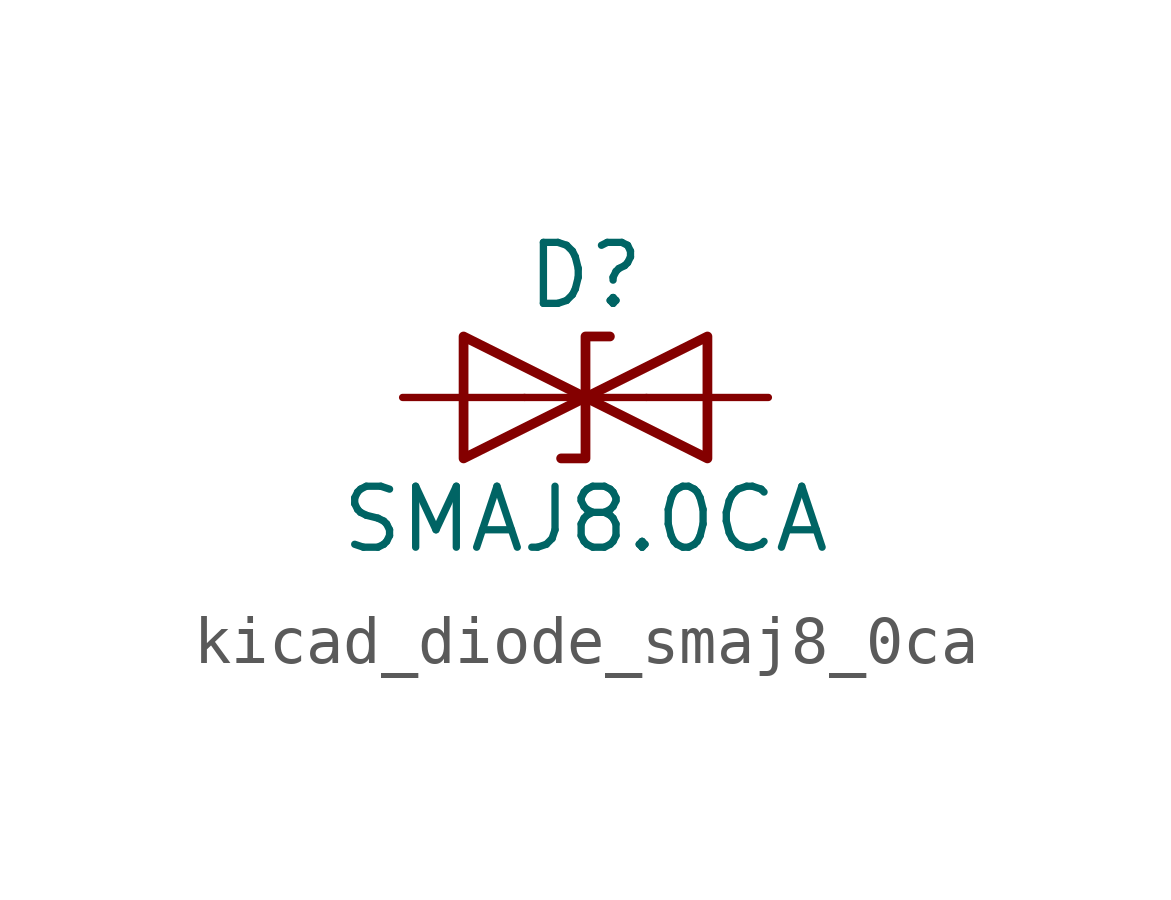
<source format=kicad_sym>
(kicad_symbol_lib
  (version 20220914)
  (generator kicad_symbol_editor)
  (symbol "kicad_diode_smaj8_0ca"
    (pin_numbers hide)
    (pin_names
      (offset 1.016) hide)
    (property "Reference" "D"
      (at 0 2.54 0)
      (effects (font (size 1.27 1.27))))
    (property "Value" "SMAJ8.0CA"
      (at 0 -2.54 0)
      (effects (font (size 1.27 1.27))))
    (symbol "kicad_diode_smaj8_0ca_0_1"
      (polyline (pts (xy 1.27 0) (xy -1.27 0)) (stroke (width 0) (type default)) (fill (type none)))
      (polyline (pts (xy -2.54 -1.27) (xy 0 0) (xy -2.54 1.27) (xy -2.54 -1.27)) (stroke (width 0.203) (type default)) (fill (type none)))
      (polyline (pts (xy 0.508 1.27) (xy 0 1.27) (xy 0 -1.27) (xy -0.508 -1.27)) (stroke (width 0.203) (type default)) (fill (type none)))
      (polyline (pts (xy 2.54 1.27) (xy 2.54 -1.27) (xy 0 0) (xy 2.54 1.27)) (stroke (width 0.203) (type default)) (fill (type none))))
    (symbol "kicad_diode_smaj8_0ca_1_1"
      (pin passive line (at -3.81 0 0) (length 2.54) (name "A1" (effects (font (size 1.27 1.27)))) (number "1" (effects (font (size 1.27 1.27)))))
      (pin passive line (at 3.81 0 180) (length 2.54) (name "A2" (effects (font (size 1.27 1.27)))) (number "2" (effects (font (size 1.27 1.27))))))))
</source>
